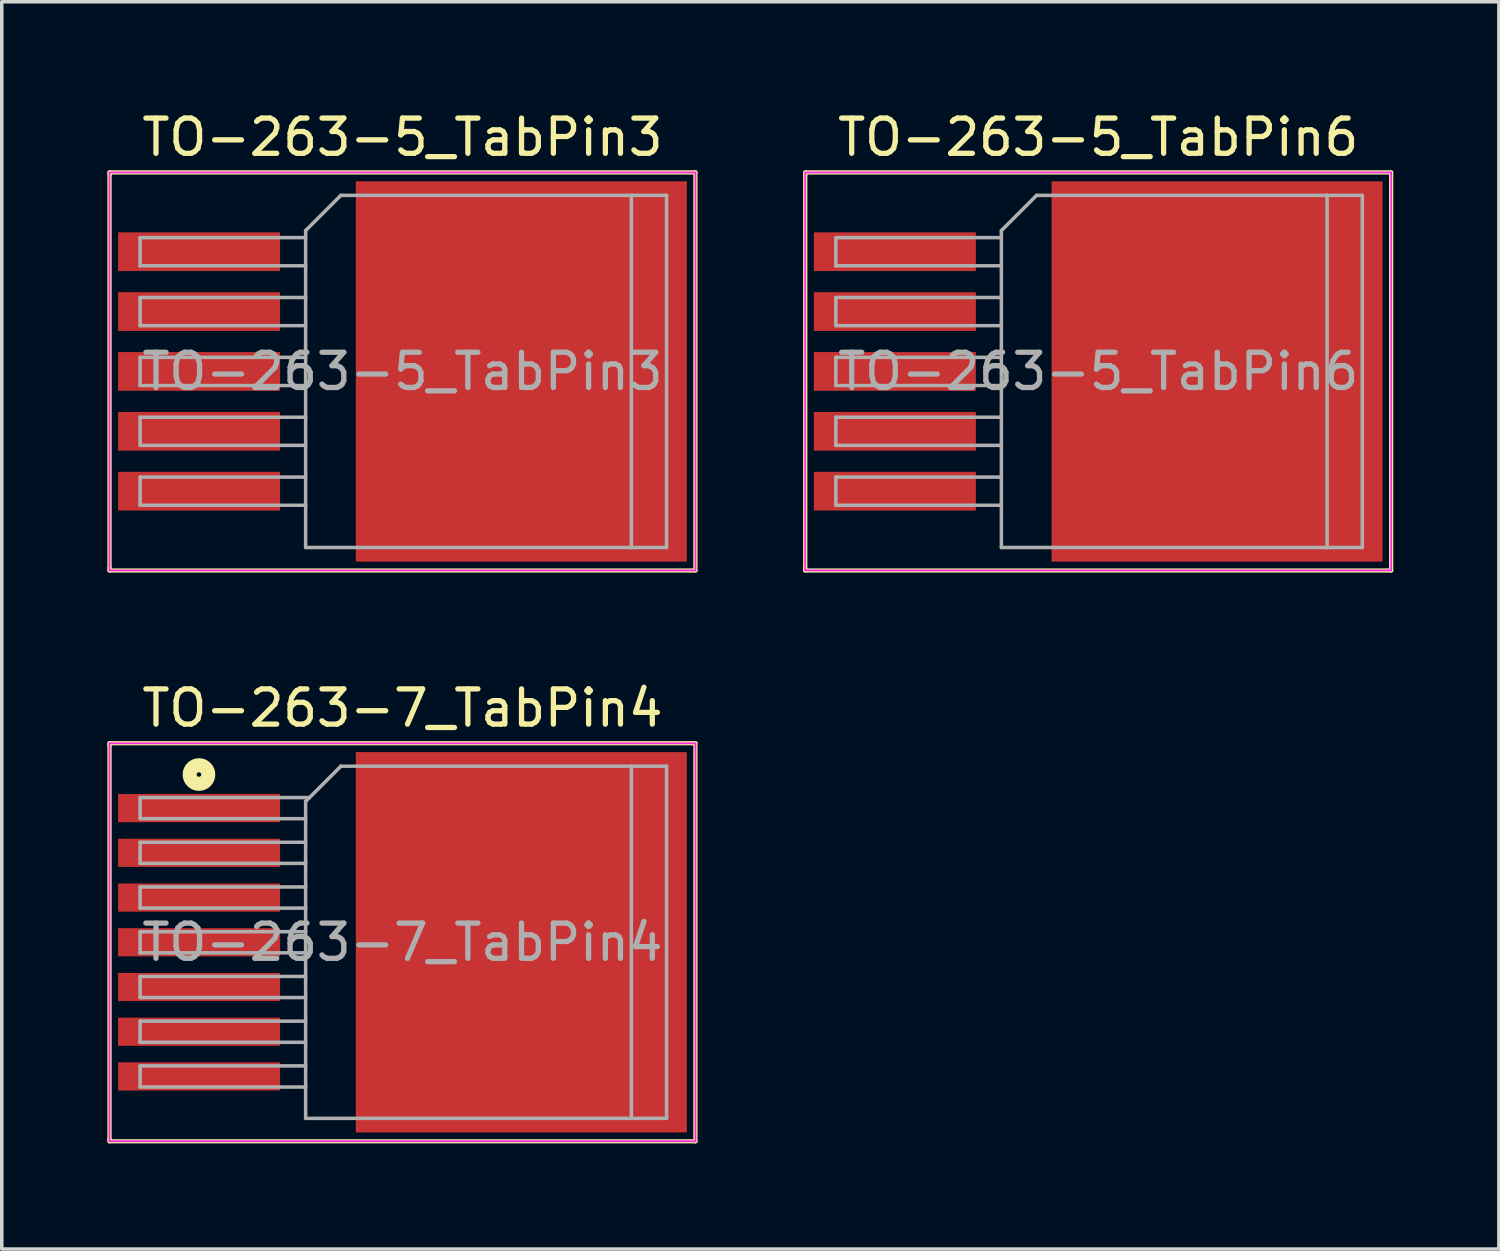
<source format=kicad_pcb>
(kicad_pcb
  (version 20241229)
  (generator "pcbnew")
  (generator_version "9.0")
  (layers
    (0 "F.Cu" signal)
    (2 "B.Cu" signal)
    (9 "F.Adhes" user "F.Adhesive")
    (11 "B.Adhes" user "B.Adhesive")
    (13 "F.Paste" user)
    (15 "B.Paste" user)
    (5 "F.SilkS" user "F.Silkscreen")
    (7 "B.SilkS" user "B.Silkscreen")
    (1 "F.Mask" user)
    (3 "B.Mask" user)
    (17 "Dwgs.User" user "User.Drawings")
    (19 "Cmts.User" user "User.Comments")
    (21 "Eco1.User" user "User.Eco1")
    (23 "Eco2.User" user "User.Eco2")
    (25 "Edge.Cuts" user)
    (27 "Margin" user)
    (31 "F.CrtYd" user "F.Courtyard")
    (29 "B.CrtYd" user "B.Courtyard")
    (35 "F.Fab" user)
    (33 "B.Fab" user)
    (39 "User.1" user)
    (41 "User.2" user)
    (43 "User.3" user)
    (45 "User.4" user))
  (footprint "TO-263-7_TabPin4"
    (layer "F.Cu")
    (at 8.379 23.708)
    (property "Reference" "TO-263-7_TabPin4" (at 0 -6.65 0) (layer "F.SilkS") (effects (font (size 1 1) (thickness 0.15))))
    (attr smd)
    (fp_line (start -8.319 -5.652) (end -8.319 -5.588) (stroke (width 0.12) (type solid)) (layer "F.SilkS"))
    (fp_line (start -8.319 -5.588) (end -8.319 5.588) (stroke (width 0.12) (type solid)) (layer "F.SilkS"))
    (fp_line (start -8.319 5.588) (end -8.319 5.652) (stroke (width 0.12) (type solid)) (layer "F.SilkS"))
    (fp_line (start -8.319 5.652) (end 8.319 5.652) (stroke (width 0.12) (type solid)) (layer "F.SilkS"))
    (fp_line (start 8.319 -5.652) (end -8.319 -5.652) (stroke (width 0.12) (type solid)) (layer "F.SilkS"))
    (fp_line (start 8.319 5.652) (end 8.319 -5.652) (stroke (width 0.12) (type solid)) (layer "F.SilkS"))
    (fp_circle (center -5.779 -4.763) (end -5.715 -4.763) (stroke (width 0.4) (type solid)) (fill no) (layer "F.SilkS"))
    (fp_line (start -8.32 -5.65) (end -8.32 5.65) (stroke (width 0.05) (type solid)) (layer "F.CrtYd"))
    (fp_line (start -8.32 5.65) (end 8.32 5.65) (stroke (width 0.05) (type solid)) (layer "F.CrtYd"))
    (fp_line (start 8.32 -5.65) (end -8.32 -5.65) (stroke (width 0.05) (type solid)) (layer "F.CrtYd"))
    (fp_line (start 8.32 5.65) (end 8.32 -5.65) (stroke (width 0.05) (type solid)) (layer "F.CrtYd"))
    (fp_line (start -7.45 -4.11) (end -7.45 -3.51) (stroke (width 0.1) (type solid)) (layer "F.Fab"))
    (fp_line (start -7.45 -3.51) (end -2.75 -3.51) (stroke (width 0.1) (type solid)) (layer "F.Fab"))
    (fp_line (start -7.45 -2.84) (end -7.45 -2.24) (stroke (width 0.1) (type solid)) (layer "F.Fab"))
    (fp_line (start -7.45 -2.24) (end -2.75 -2.24) (stroke (width 0.1) (type solid)) (layer "F.Fab"))
    (fp_line (start -7.45 -1.57) (end -7.45 -0.97) (stroke (width 0.1) (type solid)) (layer "F.Fab"))
    (fp_line (start -7.45 -0.97) (end -2.75 -0.97) (stroke (width 0.1) (type solid)) (layer "F.Fab"))
    (fp_line (start -7.45 -0.3) (end -7.45 0.3) (stroke (width 0.1) (type solid)) (layer "F.Fab"))
    (fp_line (start -7.45 0.3) (end -2.75 0.3) (stroke (width 0.1) (type solid)) (layer "F.Fab"))
    (fp_line (start -7.45 0.97) (end -7.45 1.57) (stroke (width 0.1) (type solid)) (layer "F.Fab"))
    (fp_line (start -7.45 1.57) (end -2.75 1.57) (stroke (width 0.1) (type solid)) (layer "F.Fab"))
    (fp_line (start -7.45 2.24) (end -7.45 2.84) (stroke (width 0.1) (type solid)) (layer "F.Fab"))
    (fp_line (start -7.45 2.84) (end -2.75 2.84) (stroke (width 0.1) (type solid)) (layer "F.Fab"))
    (fp_line (start -7.45 3.51) (end -7.45 4.11) (stroke (width 0.1) (type solid)) (layer "F.Fab"))
    (fp_line (start -7.45 4.11) (end -2.75 4.11) (stroke (width 0.1) (type solid)) (layer "F.Fab"))
    (fp_line (start -2.75 -4) (end -1.75 -5) (stroke (width 0.1) (type solid)) (layer "F.Fab"))
    (fp_line (start -2.75 -2.84) (end -7.45 -2.84) (stroke (width 0.1) (type solid)) (layer "F.Fab"))
    (fp_line (start -2.75 -1.57) (end -7.45 -1.57) (stroke (width 0.1) (type solid)) (layer "F.Fab"))
    (fp_line (start -2.75 -0.3) (end -7.45 -0.3) (stroke (width 0.1) (type solid)) (layer "F.Fab"))
    (fp_line (start -2.75 0.97) (end -7.45 0.97) (stroke (width 0.1) (type solid)) (layer "F.Fab"))
    (fp_line (start -2.75 2.24) (end -7.45 2.24) (stroke (width 0.1) (type solid)) (layer "F.Fab"))
    (fp_line (start -2.75 3.51) (end -7.45 3.51) (stroke (width 0.1) (type solid)) (layer "F.Fab"))
    (fp_line (start -2.75 5) (end -2.75 -4) (stroke (width 0.1) (type solid)) (layer "F.Fab"))
    (fp_line (start -2.64 -4.11) (end -7.45 -4.11) (stroke (width 0.1) (type solid)) (layer "F.Fab"))
    (fp_line (start -1.75 -5) (end 6.5 -5) (stroke (width 0.1) (type solid)) (layer "F.Fab"))
    (fp_line (start 6.5 -5) (end 6.5 5) (stroke (width 0.1) (type solid)) (layer "F.Fab"))
    (fp_line (start 6.5 -5) (end 7.5 -5) (stroke (width 0.1) (type solid)) (layer "F.Fab"))
    (fp_line (start 6.5 5) (end -2.75 5) (stroke (width 0.1) (type solid)) (layer "F.Fab"))
    (fp_line (start 7.5 -5) (end 7.5 5) (stroke (width 0.1) (type solid)) (layer "F.Fab"))
    (fp_line (start 7.5 5) (end 6.5 5) (stroke (width 0.1) (type solid)) (layer "F.Fab"))
    (fp_text user "${REFERENCE}" (at 0 0 0) (layer "F.Fab") (effects (font (size 1 1) (thickness 0.15))))
    (pad "" smd rect (at 0.95 -2.775) (size 4.55 5.25) (layers "F.Paste"))
    (pad "" smd rect (at 0.95 2.775) (size 4.55 5.25) (layers "F.Paste"))
    (pad "" smd rect (at 5.8 -2.775) (size 4.55 5.25) (layers "F.Paste"))
    (pad "" smd rect (at 5.8 2.775) (size 4.55 5.25) (layers "F.Paste"))
    (pad "1" smd rect (at -5.775 -3.81) (size 4.6 0.8) (layers "F.Cu" "F.Mask" "F.Paste"))
    (pad "2" smd rect (at -5.775 -2.54) (size 4.6 0.8) (layers "F.Cu" "F.Mask" "F.Paste"))
    (pad "3" smd rect (at -5.775 -1.27) (size 4.6 0.8) (layers "F.Cu" "F.Mask" "F.Paste"))
    (pad "4" smd rect (at -5.775 0) (size 4.6 0.8) (layers "F.Cu" "F.Mask" "F.Paste"))
    (pad "4" smd rect (at 3.375 0) (size 9.4 10.8) (layers "F.Cu" "F.Mask"))
    (pad "5" smd rect (at -5.775 1.27) (size 4.6 0.8) (layers "F.Cu" "F.Mask" "F.Paste"))
    (pad "6" smd rect (at -5.775 2.54) (size 4.6 0.8) (layers "F.Cu" "F.Mask" "F.Paste"))
    (pad "7" smd rect (at -5.775 3.81) (size 4.6 0.8) (layers "F.Cu" "F.Mask" "F.Paste")))
  (footprint "TO-263-5_TabPin6"
    (layer "F.Cu")
    (at 28.136 7.498)
    (property "Reference" "TO-263-5_TabPin6" (at 0 -6.65 0) (layer "F.SilkS") (effects (font (size 1 1) (thickness 0.15))))
    (attr smd)
    (fp_line (start -8.319 -5.652) (end -8.319 -5.588) (stroke (width 0.12) (type solid)) (layer "F.SilkS"))
    (fp_line (start -8.319 -5.588) (end -8.319 5.588) (stroke (width 0.12) (type solid)) (layer "F.SilkS"))
    (fp_line (start -8.319 5.588) (end -8.319 5.652) (stroke (width 0.12) (type solid)) (layer "F.SilkS"))
    (fp_line (start -8.319 5.652) (end 8.319 5.652) (stroke (width 0.12) (type solid)) (layer "F.SilkS"))
    (fp_line (start 8.319 -5.652) (end -8.319 -5.652) (stroke (width 0.12) (type solid)) (layer "F.SilkS"))
    (fp_line (start 8.319 5.652) (end 8.319 -5.652) (stroke (width 0.12) (type solid)) (layer "F.SilkS"))
    (fp_line (start -8.32 -5.65) (end -8.32 5.65) (stroke (width 0.05) (type solid)) (layer "F.CrtYd"))
    (fp_line (start -8.32 5.65) (end 8.32 5.65) (stroke (width 0.05) (type solid)) (layer "F.CrtYd"))
    (fp_line (start 8.32 -5.65) (end -8.32 -5.65) (stroke (width 0.05) (type solid)) (layer "F.CrtYd"))
    (fp_line (start 8.32 5.65) (end 8.32 -5.65) (stroke (width 0.05) (type solid)) (layer "F.CrtYd"))
    (fp_line (start -7.45 -3.8) (end -7.45 -3) (stroke (width 0.1) (type solid)) (layer "F.Fab"))
    (fp_line (start -7.45 -3) (end -2.75 -3) (stroke (width 0.1) (type solid)) (layer "F.Fab"))
    (fp_line (start -7.45 -2.1) (end -7.45 -1.3) (stroke (width 0.1) (type solid)) (layer "F.Fab"))
    (fp_line (start -7.45 -1.3) (end -2.75 -1.3) (stroke (width 0.1) (type solid)) (layer "F.Fab"))
    (fp_line (start -7.45 -0.4) (end -7.45 0.4) (stroke (width 0.1) (type solid)) (layer "F.Fab"))
    (fp_line (start -7.45 0.4) (end -2.75 0.4) (stroke (width 0.1) (type solid)) (layer "F.Fab"))
    (fp_line (start -7.45 1.3) (end -7.45 2.1) (stroke (width 0.1) (type solid)) (layer "F.Fab"))
    (fp_line (start -7.45 2.1) (end -2.75 2.1) (stroke (width 0.1) (type solid)) (layer "F.Fab"))
    (fp_line (start -7.45 3) (end -7.45 3.8) (stroke (width 0.1) (type solid)) (layer "F.Fab"))
    (fp_line (start -7.45 3.8) (end -2.75 3.8) (stroke (width 0.1) (type solid)) (layer "F.Fab"))
    (fp_line (start -2.75 -4) (end -1.75 -5) (stroke (width 0.1) (type solid)) (layer "F.Fab"))
    (fp_line (start -2.75 -3.8) (end -7.45 -3.8) (stroke (width 0.1) (type solid)) (layer "F.Fab"))
    (fp_line (start -2.75 -2.1) (end -7.45 -2.1) (stroke (width 0.1) (type solid)) (layer "F.Fab"))
    (fp_line (start -2.75 -0.4) (end -7.45 -0.4) (stroke (width 0.1) (type solid)) (layer "F.Fab"))
    (fp_line (start -2.75 1.3) (end -7.45 1.3) (stroke (width 0.1) (type solid)) (layer "F.Fab"))
    (fp_line (start -2.75 3) (end -7.45 3) (stroke (width 0.1) (type solid)) (layer "F.Fab"))
    (fp_line (start -2.75 5) (end -2.75 -4) (stroke (width 0.1) (type solid)) (layer "F.Fab"))
    (fp_line (start -1.75 -5) (end 6.5 -5) (stroke (width 0.1) (type solid)) (layer "F.Fab"))
    (fp_line (start 6.5 -5) (end 6.5 5) (stroke (width 0.1) (type solid)) (layer "F.Fab"))
    (fp_line (start 6.5 -5) (end 7.5 -5) (stroke (width 0.1) (type solid)) (layer "F.Fab"))
    (fp_line (start 6.5 5) (end -2.75 5) (stroke (width 0.1) (type solid)) (layer "F.Fab"))
    (fp_line (start 7.5 -5) (end 7.5 5) (stroke (width 0.1) (type solid)) (layer "F.Fab"))
    (fp_line (start 7.5 5) (end 6.5 5) (stroke (width 0.1) (type solid)) (layer "F.Fab"))
    (fp_text user "${REFERENCE}" (at 0 0 0) (layer "F.Fab") (effects (font (size 1 1) (thickness 0.15))))
    (pad "" smd rect (at 0.95 -2.775) (size 4.55 5.25) (layers "F.Paste"))
    (pad "" smd rect (at 0.95 2.775) (size 4.55 5.25) (layers "F.Paste"))
    (pad "" smd rect (at 5.8 -2.775) (size 4.55 5.25) (layers "F.Paste"))
    (pad "" smd rect (at 5.8 2.775) (size 4.55 5.25) (layers "F.Paste"))
    (pad "1" smd rect (at -5.775 -3.4) (size 4.6 1.1) (layers "F.Cu" "F.Mask" "F.Paste"))
    (pad "2" smd rect (at -5.775 -1.7) (size 4.6 1.1) (layers "F.Cu" "F.Mask" "F.Paste"))
    (pad "3" smd rect (at -5.775 0) (size 4.6 1.1) (layers "F.Cu" "F.Mask" "F.Paste"))
    (pad "4" smd rect (at -5.775 1.7) (size 4.6 1.1) (layers "F.Cu" "F.Mask" "F.Paste"))
    (pad "5" smd rect (at -5.775 3.4) (size 4.6 1.1) (layers "F.Cu" "F.Mask" "F.Paste"))
    (pad "6" smd rect (at 3.375 0) (size 9.4 10.8) (layers "F.Cu" "F.Mask")))
  (footprint "TO-263-5_TabPin3"
    (layer "F.Cu")
    (at 8.379 7.498)
    (property "Reference" "TO-263-5_TabPin3" (at 0 -6.65 0) (layer "F.SilkS") (effects (font (size 1 1) (thickness 0.15))))
    (attr smd)
    (fp_line (start -8.319 -5.652) (end -8.319 -5.588) (stroke (width 0.12) (type solid)) (layer "F.SilkS"))
    (fp_line (start -8.319 -5.588) (end -8.319 5.588) (stroke (width 0.12) (type solid)) (layer "F.SilkS"))
    (fp_line (start -8.319 5.588) (end -8.319 5.652) (stroke (width 0.12) (type solid)) (layer "F.SilkS"))
    (fp_line (start -8.319 5.652) (end 8.319 5.652) (stroke (width 0.12) (type solid)) (layer "F.SilkS"))
    (fp_line (start 8.319 -5.652) (end -8.319 -5.652) (stroke (width 0.12) (type solid)) (layer "F.SilkS"))
    (fp_line (start 8.319 5.652) (end 8.319 -5.652) (stroke (width 0.12) (type solid)) (layer "F.SilkS"))
    (fp_line (start -8.32 -5.65) (end -8.32 5.65) (stroke (width 0.05) (type solid)) (layer "F.CrtYd"))
    (fp_line (start -8.32 5.65) (end 8.32 5.65) (stroke (width 0.05) (type solid)) (layer "F.CrtYd"))
    (fp_line (start 8.32 -5.65) (end -8.32 -5.65) (stroke (width 0.05) (type solid)) (layer "F.CrtYd"))
    (fp_line (start 8.32 5.65) (end 8.32 -5.65) (stroke (width 0.05) (type solid)) (layer "F.CrtYd"))
    (fp_line (start -7.45 -3.8) (end -7.45 -3) (stroke (width 0.1) (type solid)) (layer "F.Fab"))
    (fp_line (start -7.45 -3) (end -2.75 -3) (stroke (width 0.1) (type solid)) (layer "F.Fab"))
    (fp_line (start -7.45 -2.1) (end -7.45 -1.3) (stroke (width 0.1) (type solid)) (layer "F.Fab"))
    (fp_line (start -7.45 -1.3) (end -2.75 -1.3) (stroke (width 0.1) (type solid)) (layer "F.Fab"))
    (fp_line (start -7.45 -0.4) (end -7.45 0.4) (stroke (width 0.1) (type solid)) (layer "F.Fab"))
    (fp_line (start -7.45 0.4) (end -2.75 0.4) (stroke (width 0.1) (type solid)) (layer "F.Fab"))
    (fp_line (start -7.45 1.3) (end -7.45 2.1) (stroke (width 0.1) (type solid)) (layer "F.Fab"))
    (fp_line (start -7.45 2.1) (end -2.75 2.1) (stroke (width 0.1) (type solid)) (layer "F.Fab"))
    (fp_line (start -7.45 3) (end -7.45 3.8) (stroke (width 0.1) (type solid)) (layer "F.Fab"))
    (fp_line (start -7.45 3.8) (end -2.75 3.8) (stroke (width 0.1) (type solid)) (layer "F.Fab"))
    (fp_line (start -2.75 -4) (end -1.75 -5) (stroke (width 0.1) (type solid)) (layer "F.Fab"))
    (fp_line (start -2.75 -3.8) (end -7.45 -3.8) (stroke (width 0.1) (type solid)) (layer "F.Fab"))
    (fp_line (start -2.75 -2.1) (end -7.45 -2.1) (stroke (width 0.1) (type solid)) (layer "F.Fab"))
    (fp_line (start -2.75 -0.4) (end -7.45 -0.4) (stroke (width 0.1) (type solid)) (layer "F.Fab"))
    (fp_line (start -2.75 1.3) (end -7.45 1.3) (stroke (width 0.1) (type solid)) (layer "F.Fab"))
    (fp_line (start -2.75 3) (end -7.45 3) (stroke (width 0.1) (type solid)) (layer "F.Fab"))
    (fp_line (start -2.75 5) (end -2.75 -4) (stroke (width 0.1) (type solid)) (layer "F.Fab"))
    (fp_line (start -1.75 -5) (end 6.5 -5) (stroke (width 0.1) (type solid)) (layer "F.Fab"))
    (fp_line (start 6.5 -5) (end 6.5 5) (stroke (width 0.1) (type solid)) (layer "F.Fab"))
    (fp_line (start 6.5 -5) (end 7.5 -5) (stroke (width 0.1) (type solid)) (layer "F.Fab"))
    (fp_line (start 6.5 5) (end -2.75 5) (stroke (width 0.1) (type solid)) (layer "F.Fab"))
    (fp_line (start 7.5 -5) (end 7.5 5) (stroke (width 0.1) (type solid)) (layer "F.Fab"))
    (fp_line (start 7.5 5) (end 6.5 5) (stroke (width 0.1) (type solid)) (layer "F.Fab"))
    (fp_text user "${REFERENCE}" (at 0 0 0) (layer "F.Fab") (effects (font (size 1 1) (thickness 0.15))))
    (pad "" smd rect (at 0.95 -2.775) (size 4.55 5.25) (layers "F.Paste"))
    (pad "" smd rect (at 0.95 2.775) (size 4.55 5.25) (layers "F.Paste"))
    (pad "" smd rect (at 5.8 -2.775) (size 4.55 5.25) (layers "F.Paste"))
    (pad "" smd rect (at 5.8 2.775) (size 4.55 5.25) (layers "F.Paste"))
    (pad "1" smd rect (at -5.775 -3.4) (size 4.6 1.1) (layers "F.Cu" "F.Mask" "F.Paste"))
    (pad "2" smd rect (at -5.775 -1.7) (size 4.6 1.1) (layers "F.Cu" "F.Mask" "F.Paste"))
    (pad "3" smd rect (at -5.775 0) (size 4.6 1.1) (layers "F.Cu" "F.Mask" "F.Paste"))
    (pad "3" smd rect (at 3.375 0) (size 9.4 10.8) (layers "F.Cu" "F.Mask"))
    (pad "4" smd rect (at -5.775 1.7) (size 4.6 1.1) (layers "F.Cu" "F.Mask" "F.Paste"))
    (pad "5" smd rect (at -5.775 3.4) (size 4.6 1.1) (layers "F.Cu" "F.Mask" "F.Paste")))
  (gr_rect
    (start -3 -3)
    (end 39.514 32.419)
    (stroke (width 0.1) (type default))
    (fill no)
    (layer "Edge.Cuts")))
</source>
